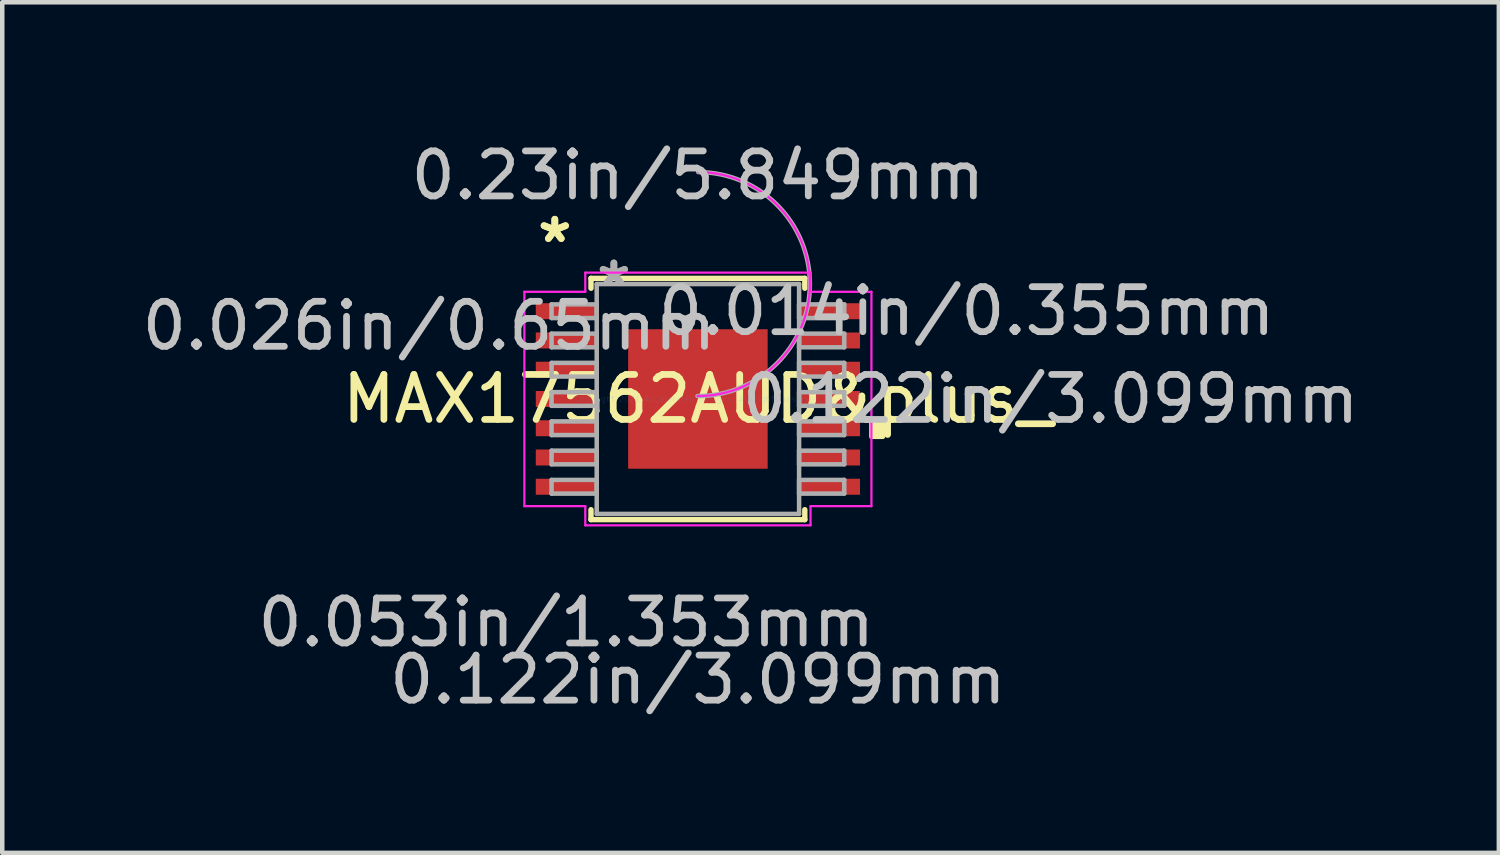
<source format=kicad_pcb>
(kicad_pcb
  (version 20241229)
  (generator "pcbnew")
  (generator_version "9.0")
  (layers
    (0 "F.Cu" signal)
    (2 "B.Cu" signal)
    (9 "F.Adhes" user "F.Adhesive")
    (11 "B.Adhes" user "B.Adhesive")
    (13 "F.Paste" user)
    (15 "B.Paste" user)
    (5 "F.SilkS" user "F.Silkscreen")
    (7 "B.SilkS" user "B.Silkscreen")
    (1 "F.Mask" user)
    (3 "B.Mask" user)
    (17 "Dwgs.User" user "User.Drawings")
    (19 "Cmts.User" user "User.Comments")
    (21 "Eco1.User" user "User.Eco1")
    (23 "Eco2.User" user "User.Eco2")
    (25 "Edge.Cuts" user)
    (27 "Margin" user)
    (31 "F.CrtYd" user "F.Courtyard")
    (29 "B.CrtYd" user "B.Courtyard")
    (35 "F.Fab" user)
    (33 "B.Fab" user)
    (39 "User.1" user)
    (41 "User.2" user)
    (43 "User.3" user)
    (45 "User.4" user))
  (footprint "MAX17562AUD&plus_"
    (layer "F.Cu")
    (at 12.455 5.814)
    (property "Reference" "MAX17562AUD&plus_" (at 0 0 0) (layer "F.SilkS") (effects (font (size 1 1) (thickness 0.15))))
    (attr through_hole)
    (fp_line (start -2.375 -2.68) (end -2.375 -2.46) (stroke (width 0.12) (type solid)) (layer "F.SilkS"))
    (fp_line (start -2.375 2.46) (end -2.375 2.68) (stroke (width 0.12) (type solid)) (layer "F.SilkS"))
    (fp_line (start -2.375 2.68) (end 2.375 2.68) (stroke (width 0.12) (type solid)) (layer "F.SilkS"))
    (fp_line (start 2.375 -2.68) (end -2.375 -2.68) (stroke (width 0.12) (type solid)) (layer "F.SilkS"))
    (fp_line (start 2.375 -2.46) (end 2.375 -2.68) (stroke (width 0.12) (type solid)) (layer "F.SilkS"))
    (fp_line (start 2.375 2.68) (end 2.375 2.46) (stroke (width 0.12) (type solid)) (layer "F.SilkS"))
    (fp_poly (pts (xy 4.109 0.459) (xy 4.109 0.84) (xy 3.855 0.84) (xy 3.855 0.459)) (stroke (width 0.1) (type solid)) (fill yes) (layer "F.SilkS"))
    (fp_poly (pts (xy -1.449 -1.449) (xy -1.449 -0.1) (xy -0.1 -0.1) (xy -0.1 -1.449)) (stroke (width 0.1) (type solid)) (fill yes) (layer "F.Paste"))
    (fp_poly (pts (xy -1.449 0.1) (xy -1.449 1.449) (xy -0.1 1.449) (xy -0.1 0.1)) (stroke (width 0.1) (type solid)) (fill yes) (layer "F.Paste"))
    (fp_poly (pts (xy 0.1 -1.449) (xy 0.1 -0.1) (xy 1.449 -0.1) (xy 1.449 -1.449)) (stroke (width 0.1) (type solid)) (fill yes) (layer "F.Paste"))
    (fp_poly (pts (xy 0.1 0.1) (xy 0.1 1.449) (xy 1.449 1.449) (xy 1.449 0.1)) (stroke (width 0.1) (type solid)) (fill yes) (layer "F.Paste"))
    (fp_line (start -3.855 -2.381) (end -2.502 -2.381) (stroke (width 0.05) (type solid)) (layer "F.CrtYd"))
    (fp_line (start -3.855 2.381) (end -3.855 -2.381) (stroke (width 0.05) (type solid)) (layer "F.CrtYd"))
    (fp_line (start -2.502 -2.807) (end 2.502 -2.807) (stroke (width 0.05) (type solid)) (layer "F.CrtYd"))
    (fp_line (start -2.502 -2.381) (end -2.502 -2.807) (stroke (width 0.05) (type solid)) (layer "F.CrtYd"))
    (fp_line (start -2.502 2.381) (end -3.855 2.381) (stroke (width 0.05) (type solid)) (layer "F.CrtYd"))
    (fp_line (start -2.502 2.807) (end -2.502 2.381) (stroke (width 0.05) (type solid)) (layer "F.CrtYd"))
    (fp_line (start 2.502 -2.807) (end 2.502 -2.381) (stroke (width 0.05) (type solid)) (layer "F.CrtYd"))
    (fp_line (start 2.502 -2.381) (end 3.855 -2.381) (stroke (width 0.05) (type solid)) (layer "F.CrtYd"))
    (fp_line (start 2.502 2.381) (end 2.502 2.807) (stroke (width 0.05) (type solid)) (layer "F.CrtYd"))
    (fp_line (start 2.502 2.807) (end -2.502 2.807) (stroke (width 0.05) (type solid)) (layer "F.CrtYd"))
    (fp_line (start 3.855 -2.381) (end 3.855 2.381) (stroke (width 0.05) (type solid)) (layer "F.CrtYd"))
    (fp_line (start 3.855 2.381) (end 2.502 2.381) (stroke (width 0.05) (type solid)) (layer "F.CrtYd"))
    (fp_arc (start 0.009516 -5.040561) (mid 2.487861 -2.543184) (end -0.009516 -0.064839) (stroke (width 0.05) (type solid)) (layer "F.CrtYd"))
    (fp_line (start -3.251 -2.102) (end -3.251 -1.798) (stroke (width 0.1) (type solid)) (layer "F.Fab"))
    (fp_line (start -3.251 -1.798) (end -2.248 -1.798) (stroke (width 0.1) (type solid)) (layer "F.Fab"))
    (fp_line (start -3.251 -1.452) (end -3.251 -1.148) (stroke (width 0.1) (type solid)) (layer "F.Fab"))
    (fp_line (start -3.251 -1.148) (end -2.248 -1.148) (stroke (width 0.1) (type solid)) (layer "F.Fab"))
    (fp_line (start -3.251 -0.802) (end -3.251 -0.498) (stroke (width 0.1) (type solid)) (layer "F.Fab"))
    (fp_line (start -3.251 -0.498) (end -2.248 -0.498) (stroke (width 0.1) (type solid)) (layer "F.Fab"))
    (fp_line (start -3.251 -0.152) (end -3.251 0.152) (stroke (width 0.1) (type solid)) (layer "F.Fab"))
    (fp_line (start -3.251 0.152) (end -2.248 0.152) (stroke (width 0.1) (type solid)) (layer "F.Fab"))
    (fp_line (start -3.251 0.498) (end -3.251 0.802) (stroke (width 0.1) (type solid)) (layer "F.Fab"))
    (fp_line (start -3.251 0.802) (end -2.248 0.802) (stroke (width 0.1) (type solid)) (layer "F.Fab"))
    (fp_line (start -3.251 1.148) (end -3.251 1.452) (stroke (width 0.1) (type solid)) (layer "F.Fab"))
    (fp_line (start -3.251 1.452) (end -2.248 1.452) (stroke (width 0.1) (type solid)) (layer "F.Fab"))
    (fp_line (start -3.251 1.798) (end -3.251 2.102) (stroke (width 0.1) (type solid)) (layer "F.Fab"))
    (fp_line (start -3.251 2.102) (end -2.248 2.102) (stroke (width 0.1) (type solid)) (layer "F.Fab"))
    (fp_line (start -2.248 -2.553) (end -2.248 2.553) (stroke (width 0.1) (type solid)) (layer "F.Fab"))
    (fp_line (start -2.248 -2.102) (end -3.251 -2.102) (stroke (width 0.1) (type solid)) (layer "F.Fab"))
    (fp_line (start -2.248 -1.798) (end -2.248 -2.102) (stroke (width 0.1) (type solid)) (layer "F.Fab"))
    (fp_line (start -2.248 -1.452) (end -3.251 -1.452) (stroke (width 0.1) (type solid)) (layer "F.Fab"))
    (fp_line (start -2.248 -1.148) (end -2.248 -1.452) (stroke (width 0.1) (type solid)) (layer "F.Fab"))
    (fp_line (start -2.248 -0.802) (end -3.251 -0.802) (stroke (width 0.1) (type solid)) (layer "F.Fab"))
    (fp_line (start -2.248 -0.498) (end -2.248 -0.802) (stroke (width 0.1) (type solid)) (layer "F.Fab"))
    (fp_line (start -2.248 -0.152) (end -3.251 -0.152) (stroke (width 0.1) (type solid)) (layer "F.Fab"))
    (fp_line (start -2.248 0.152) (end -2.248 -0.152) (stroke (width 0.1) (type solid)) (layer "F.Fab"))
    (fp_line (start -2.248 0.498) (end -3.251 0.498) (stroke (width 0.1) (type solid)) (layer "F.Fab"))
    (fp_line (start -2.248 0.802) (end -2.248 0.498) (stroke (width 0.1) (type solid)) (layer "F.Fab"))
    (fp_line (start -2.248 1.148) (end -3.251 1.148) (stroke (width 0.1) (type solid)) (layer "F.Fab"))
    (fp_line (start -2.248 1.452) (end -2.248 1.148) (stroke (width 0.1) (type solid)) (layer "F.Fab"))
    (fp_line (start -2.248 1.798) (end -3.251 1.798) (stroke (width 0.1) (type solid)) (layer "F.Fab"))
    (fp_line (start -2.248 2.102) (end -2.248 1.798) (stroke (width 0.1) (type solid)) (layer "F.Fab"))
    (fp_line (start -2.248 2.553) (end 2.248 2.553) (stroke (width 0.1) (type solid)) (layer "F.Fab"))
    (fp_line (start 2.248 -2.553) (end -2.248 -2.553) (stroke (width 0.1) (type solid)) (layer "F.Fab"))
    (fp_line (start 2.248 -2.102) (end 2.248 -1.798) (stroke (width 0.1) (type solid)) (layer "F.Fab"))
    (fp_line (start 2.248 -1.798) (end 3.251 -1.798) (stroke (width 0.1) (type solid)) (layer "F.Fab"))
    (fp_line (start 2.248 -1.452) (end 2.248 -1.148) (stroke (width 0.1) (type solid)) (layer "F.Fab"))
    (fp_line (start 2.248 -1.148) (end 3.251 -1.148) (stroke (width 0.1) (type solid)) (layer "F.Fab"))
    (fp_line (start 2.248 -0.802) (end 2.248 -0.498) (stroke (width 0.1) (type solid)) (layer "F.Fab"))
    (fp_line (start 2.248 -0.498) (end 3.251 -0.498) (stroke (width 0.1) (type solid)) (layer "F.Fab"))
    (fp_line (start 2.248 -0.152) (end 2.248 0.152) (stroke (width 0.1) (type solid)) (layer "F.Fab"))
    (fp_line (start 2.248 0.152) (end 3.251 0.152) (stroke (width 0.1) (type solid)) (layer "F.Fab"))
    (fp_line (start 2.248 0.498) (end 2.248 0.802) (stroke (width 0.1) (type solid)) (layer "F.Fab"))
    (fp_line (start 2.248 0.802) (end 3.251 0.802) (stroke (width 0.1) (type solid)) (layer "F.Fab"))
    (fp_line (start 2.248 1.148) (end 2.248 1.452) (stroke (width 0.1) (type solid)) (layer "F.Fab"))
    (fp_line (start 2.248 1.452) (end 3.251 1.452) (stroke (width 0.1) (type solid)) (layer "F.Fab"))
    (fp_line (start 2.248 1.798) (end 2.248 2.102) (stroke (width 0.1) (type solid)) (layer "F.Fab"))
    (fp_line (start 2.248 2.102) (end 3.251 2.102) (stroke (width 0.1) (type solid)) (layer "F.Fab"))
    (fp_line (start 2.248 2.553) (end 2.248 -2.553) (stroke (width 0.1) (type solid)) (layer "F.Fab"))
    (fp_line (start 3.251 -2.102) (end 2.248 -2.102) (stroke (width 0.1) (type solid)) (layer "F.Fab"))
    (fp_line (start 3.251 -1.798) (end 3.251 -2.102) (stroke (width 0.1) (type solid)) (layer "F.Fab"))
    (fp_line (start 3.251 -1.452) (end 2.248 -1.452) (stroke (width 0.1) (type solid)) (layer "F.Fab"))
    (fp_line (start 3.251 -1.148) (end 3.251 -1.452) (stroke (width 0.1) (type solid)) (layer "F.Fab"))
    (fp_line (start 3.251 -0.802) (end 2.248 -0.802) (stroke (width 0.1) (type solid)) (layer "F.Fab"))
    (fp_line (start 3.251 -0.498) (end 3.251 -0.802) (stroke (width 0.1) (type solid)) (layer "F.Fab"))
    (fp_line (start 3.251 -0.152) (end 2.248 -0.152) (stroke (width 0.1) (type solid)) (layer "F.Fab"))
    (fp_line (start 3.251 0.152) (end 3.251 -0.152) (stroke (width 0.1) (type solid)) (layer "F.Fab"))
    (fp_line (start 3.251 0.498) (end 2.248 0.498) (stroke (width 0.1) (type solid)) (layer "F.Fab"))
    (fp_line (start 3.251 0.802) (end 3.251 0.498) (stroke (width 0.1) (type solid)) (layer "F.Fab"))
    (fp_line (start 3.251 1.148) (end 2.248 1.148) (stroke (width 0.1) (type solid)) (layer "F.Fab"))
    (fp_line (start 3.251 1.452) (end 3.251 1.148) (stroke (width 0.1) (type solid)) (layer "F.Fab"))
    (fp_line (start 3.251 1.798) (end 2.248 1.798) (stroke (width 0.1) (type solid)) (layer "F.Fab"))
    (fp_line (start 3.251 2.102) (end 3.251 1.798) (stroke (width 0.1) (type solid)) (layer "F.Fab"))
    (fp_arc (start 0.007742 -5.040561) (mid 2.487861 -2.544958) (end -0.007742 -0.064839) (stroke (width 0.1) (type solid)) (layer "F.Fab"))
    (fp_text user "*" (at -3.179 -3.448 0) (layer "F.SilkS") (effects (font (size 1 1) (thickness 0.15))))
    (fp_text user "*" (at -3.179 -3.448 0) (layer "F.SilkS") (effects (font (size 1 1) (thickness 0.15))))
    (fp_text user "0.122in/3.099mm" (at 7.836 0 0) (layer "Dwgs.User") (effects (font (size 1 1) (thickness 0.15))))
    (fp_text user "0.026in/0.65mm" (at -5.973 -1.625 0) (layer "Dwgs.User") (effects (font (size 1 1) (thickness 0.15))))
    (fp_text user "0.014in/0.355mm" (at 5.973 -1.95 0) (layer "Dwgs.User") (effects (font (size 1 1) (thickness 0.15))))
    (fp_text user "0.053in/1.353mm" (at -2.925 4.966 0) (layer "Dwgs.User") (effects (font (size 1 1) (thickness 0.15))))
    (fp_text user "0.23in/5.849mm" (at 0 -4.966 0) (layer "Dwgs.User") (effects (font (size 1 1) (thickness 0.15))))
    (fp_text user "0.122in/3.099mm" (at 0 6.236 0) (layer "Dwgs.User") (effects (font (size 1 1) (thickness 0.15))))
    (fp_text user "Copyright 2021 Accelerated Designs. All rights reserved." (at 0 0 0) (layer "Cmts.User") (effects (font (size 0.127 0.127) (thickness 0.002))))
    (fp_text user "*" (at -1.867 -2.477 0) (layer "F.Fab") (effects (font (size 1 1) (thickness 0.15))))
    (fp_text user "*" (at -1.867 -2.477 0) (layer "F.Fab") (effects (font (size 1 1) (thickness 0.15))))
    (pad "1" smd rect (at -2.925 -1.95) (size 1.353 0.355) (layers "F.Cu" "F.Mask" "F.Paste"))
    (pad "2" smd rect (at -2.925 -1.3) (size 1.353 0.355) (layers "F.Cu" "F.Mask" "F.Paste"))
    (pad "3" smd rect (at -2.925 -0.65) (size 1.353 0.355) (layers "F.Cu" "F.Mask" "F.Paste"))
    (pad "4" smd rect (at -2.925 0) (size 1.353 0.355) (layers "F.Cu" "F.Mask" "F.Paste"))
    (pad "5" smd rect (at -2.925 0.65) (size 1.353 0.355) (layers "F.Cu" "F.Mask" "F.Paste"))
    (pad "6" smd rect (at -2.925 1.3) (size 1.353 0.355) (layers "F.Cu" "F.Mask" "F.Paste"))
    (pad "7" smd rect (at -2.925 1.95) (size 1.353 0.355) (layers "F.Cu" "F.Mask" "F.Paste"))
    (pad "8" smd rect (at 2.925 1.95) (size 1.353 0.355) (layers "F.Cu" "F.Mask" "F.Paste"))
    (pad "9" smd rect (at 2.925 1.3) (size 1.353 0.355) (layers "F.Cu" "F.Mask" "F.Paste"))
    (pad "10" smd rect (at 2.925 0.65) (size 1.353 0.355) (layers "F.Cu" "F.Mask" "F.Paste"))
    (pad "11" smd rect (at 2.925 0) (size 1.353 0.355) (layers "F.Cu" "F.Mask" "F.Paste"))
    (pad "12" smd rect (at 2.925 -0.65) (size 1.353 0.355) (layers "F.Cu" "F.Mask" "F.Paste"))
    (pad "13" smd rect (at 2.925 -1.3) (size 1.353 0.355) (layers "F.Cu" "F.Mask" "F.Paste"))
    (pad "14" smd rect (at 2.925 -1.95) (size 1.353 0.355) (layers "F.Cu" "F.Mask" "F.Paste"))
    (pad "EPAD" smd rect (at 0 0) (size 3.099 3.099) (layers "F.Cu" "F.Mask" "F.Paste")))
  (gr_rect
    (start -3 -3)
    (end 30.249 15.898)
    (stroke (width 0.1) (type default))
    (fill no)
    (layer "Edge.Cuts")))
</source>
